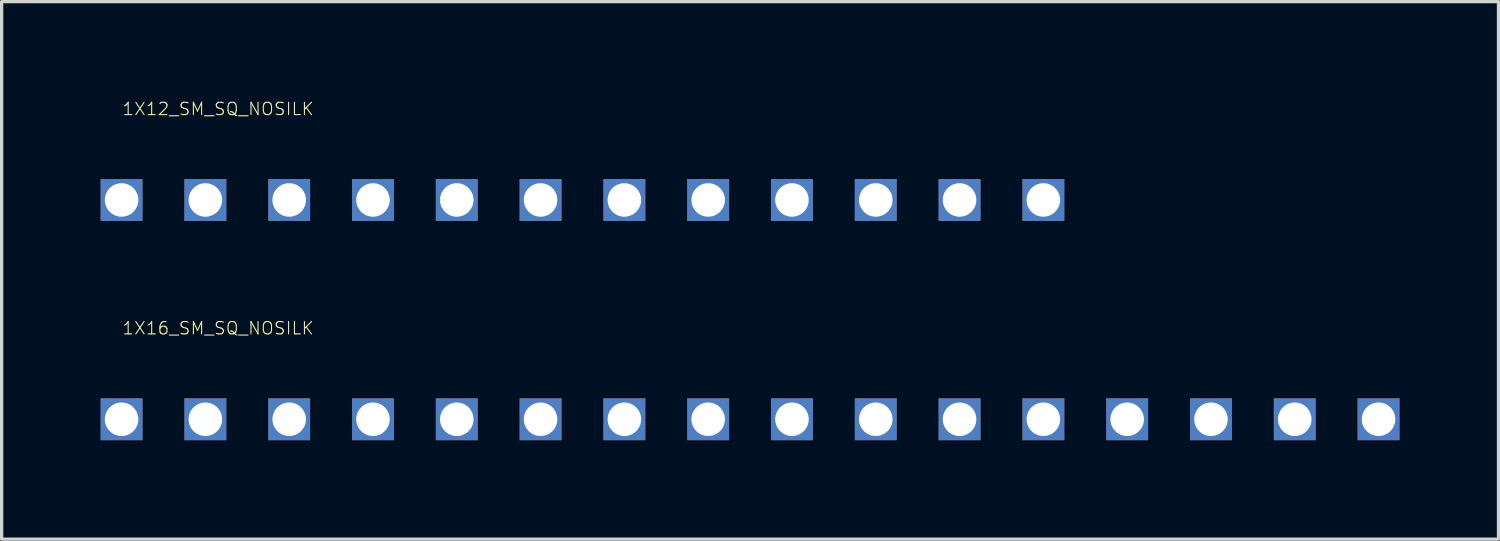
<source format=kicad_pcb>
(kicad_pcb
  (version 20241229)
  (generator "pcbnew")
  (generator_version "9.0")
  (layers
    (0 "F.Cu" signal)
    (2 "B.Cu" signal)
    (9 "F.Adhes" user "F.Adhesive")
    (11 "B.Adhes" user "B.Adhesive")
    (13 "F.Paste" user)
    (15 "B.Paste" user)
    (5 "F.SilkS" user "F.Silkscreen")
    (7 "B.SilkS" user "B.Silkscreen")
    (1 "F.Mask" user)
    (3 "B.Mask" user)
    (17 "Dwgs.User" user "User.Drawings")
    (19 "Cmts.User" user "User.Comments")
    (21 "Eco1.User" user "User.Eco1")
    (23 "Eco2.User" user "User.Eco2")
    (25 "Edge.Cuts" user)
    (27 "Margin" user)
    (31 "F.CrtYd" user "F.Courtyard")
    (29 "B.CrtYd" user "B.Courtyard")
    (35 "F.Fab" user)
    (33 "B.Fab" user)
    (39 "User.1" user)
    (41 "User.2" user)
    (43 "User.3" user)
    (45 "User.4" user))
  (footprint "1X16_SM_SQ_NOSILK"
    (layer "F.Cu")
    (at 0.635 9.658)
    (property "Reference" "1X16_SM_SQ_NOSILK" (at 0 -2.54 0) (layer "F.SilkS") (effects (font (size 0.374 0.374) (thickness 0.033)) (justify left bottom)))
    (pad "1" thru_hole rect (at 0 0) (size 1.27 1.27) (drill 1.016) (layers "*.Cu" "*.Mask"))
    (pad "2" thru_hole rect (at 2.54 0) (size 1.27 1.27) (drill 1.016) (layers "*.Cu" "*.Mask"))
    (pad "3" thru_hole rect (at 5.08 0) (size 1.27 1.27) (drill 1.016) (layers "*.Cu" "*.Mask"))
    (pad "4" thru_hole rect (at 7.62 0) (size 1.27 1.27) (drill 1.016) (layers "*.Cu" "*.Mask"))
    (pad "5" thru_hole rect (at 10.16 0) (size 1.27 1.27) (drill 1.016) (layers "*.Cu" "*.Mask"))
    (pad "6" thru_hole rect (at 12.7 0) (size 1.27 1.27) (drill 1.016) (layers "*.Cu" "*.Mask"))
    (pad "7" thru_hole rect (at 15.24 0) (size 1.27 1.27) (drill 1.016) (layers "*.Cu" "*.Mask"))
    (pad "8" thru_hole rect (at 17.78 0) (size 1.27 1.27) (drill 1.016) (layers "*.Cu" "*.Mask"))
    (pad "9" thru_hole rect (at 20.32 0) (size 1.27 1.27) (drill 1.016) (layers "*.Cu" "*.Mask"))
    (pad "10" thru_hole rect (at 22.86 0) (size 1.27 1.27) (drill 1.016) (layers "*.Cu" "*.Mask"))
    (pad "11" thru_hole rect (at 25.4 0) (size 1.27 1.27) (drill 1.016) (layers "*.Cu" "*.Mask"))
    (pad "12" thru_hole rect (at 27.94 0) (size 1.27 1.27) (drill 1.016) (layers "*.Cu" "*.Mask"))
    (pad "13" thru_hole rect (at 30.48 0) (size 1.27 1.27) (drill 1.016) (layers "*.Cu" "*.Mask"))
    (pad "14" thru_hole rect (at 33.02 0) (size 1.27 1.27) (drill 1.016) (layers "*.Cu" "*.Mask"))
    (pad "15" thru_hole rect (at 35.56 0) (size 1.27 1.27) (drill 1.016) (layers "*.Cu" "*.Mask"))
    (pad "16" thru_hole rect (at 38.1 0) (size 1.27 1.27) (drill 1.016) (layers "*.Cu" "*.Mask")))
  (footprint "1X12_SM_SQ_NOSILK"
    (layer "F.Cu")
    (at 0.635 3.011)
    (property "Reference" "1X12_SM_SQ_NOSILK" (at 0 -2.54 0) (layer "F.SilkS") (effects (font (size 0.374 0.374) (thickness 0.033)) (justify left bottom)))
    (pad "1" thru_hole rect (at 0 0) (size 1.27 1.27) (drill 1.016) (layers "*.Cu" "*.Mask"))
    (pad "2" thru_hole rect (at 2.54 0) (size 1.27 1.27) (drill 1.016) (layers "*.Cu" "*.Mask"))
    (pad "3" thru_hole rect (at 5.08 0) (size 1.27 1.27) (drill 1.016) (layers "*.Cu" "*.Mask"))
    (pad "4" thru_hole rect (at 7.62 0) (size 1.27 1.27) (drill 1.016) (layers "*.Cu" "*.Mask"))
    (pad "5" thru_hole rect (at 10.16 0) (size 1.27 1.27) (drill 1.016) (layers "*.Cu" "*.Mask"))
    (pad "6" thru_hole rect (at 12.7 0) (size 1.27 1.27) (drill 1.016) (layers "*.Cu" "*.Mask"))
    (pad "7" thru_hole rect (at 15.24 0) (size 1.27 1.27) (drill 1.016) (layers "*.Cu" "*.Mask"))
    (pad "8" thru_hole rect (at 17.78 0) (size 1.27 1.27) (drill 1.016) (layers "*.Cu" "*.Mask"))
    (pad "9" thru_hole rect (at 20.32 0) (size 1.27 1.27) (drill 1.016) (layers "*.Cu" "*.Mask"))
    (pad "10" thru_hole rect (at 22.86 0) (size 1.27 1.27) (drill 1.016) (layers "*.Cu" "*.Mask"))
    (pad "11" thru_hole rect (at 25.4 0) (size 1.27 1.27) (drill 1.016) (layers "*.Cu" "*.Mask"))
    (pad "12" thru_hole rect (at 27.94 0) (size 1.27 1.27) (drill 1.016) (layers "*.Cu" "*.Mask")))
  (gr_rect
    (start -3 -3)
    (end 42.37 13.293)
    (stroke (width 0.1) (type default))
    (fill no)
    (layer "Edge.Cuts")))
</source>
